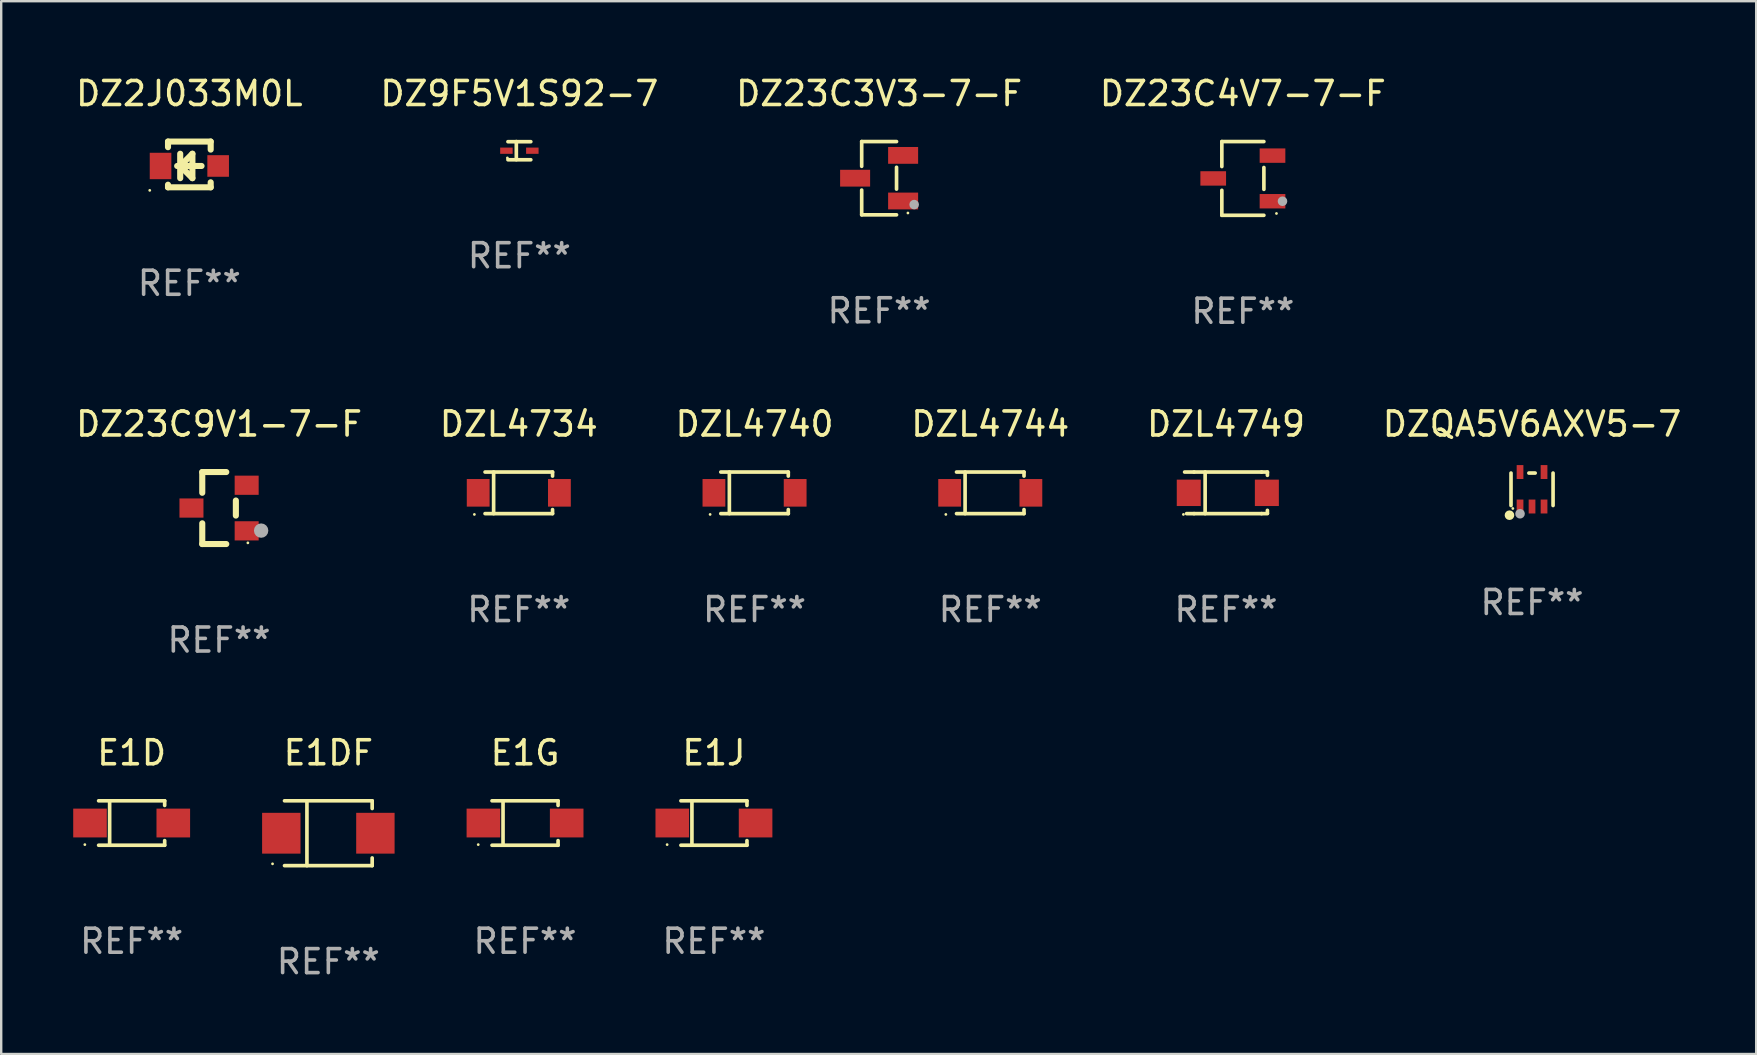
<source format=kicad_pcb>
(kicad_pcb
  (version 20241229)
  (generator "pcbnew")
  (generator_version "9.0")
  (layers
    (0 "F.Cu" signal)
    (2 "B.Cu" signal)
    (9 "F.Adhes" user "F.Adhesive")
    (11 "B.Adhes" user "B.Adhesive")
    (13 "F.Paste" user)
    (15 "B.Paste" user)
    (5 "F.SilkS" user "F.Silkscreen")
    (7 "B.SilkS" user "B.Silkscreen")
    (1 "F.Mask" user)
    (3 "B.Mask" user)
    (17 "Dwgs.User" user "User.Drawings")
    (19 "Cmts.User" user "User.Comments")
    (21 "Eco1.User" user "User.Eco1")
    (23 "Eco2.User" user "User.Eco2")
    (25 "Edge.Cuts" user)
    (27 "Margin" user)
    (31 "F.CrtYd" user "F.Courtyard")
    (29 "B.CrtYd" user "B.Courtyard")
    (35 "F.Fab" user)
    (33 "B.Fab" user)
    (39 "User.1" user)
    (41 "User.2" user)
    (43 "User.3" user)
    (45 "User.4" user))
  (footprint "DZQA5V6AXV5-7"
    (layer "F.Cu")
    (at 60.78 17.335)
    (property "Reference" "DZQA5V6AXV5-7" (at 0 -2.718 0) (layer "F.SilkS") (effects (font (size 1 1) (thickness 0.15))))
    (attr through_hole)
    (fp_line (start -0.876 0.676) (end -0.876 -0.676) (stroke (width 0.152) (type solid)) (layer "F.SilkS"))
    (fp_line (start 0.131 -0.676) (end -0.131 -0.676) (stroke (width 0.152) (type solid)) (layer "F.SilkS"))
    (fp_line (start 0.876 0.676) (end 0.876 -0.676) (stroke (width 0.152) (type solid)) (layer "F.SilkS"))
    (fp_circle (center -0.94 1.08) (end -0.84 1.08) (stroke (width 0.2) (type solid)) (fill no) (layer "F.SilkS"))
    (fp_circle (center -0.8 0.8) (end -0.77 0.8) (stroke (width 0.06) (type solid)) (fill no) (layer "F.SilkS"))
    (fp_circle (center -0.5 1.02) (end -0.4 1.02) (stroke (width 0.2) (type solid)) (fill no) (layer "F.Fab"))
    (fp_text user "REF**" (at 0 4.718 0) (layer "F.Fab") (effects (font (size 1 1) (thickness 0.15))))
    (pad "1" smd rect (at -0.5 0.718) (size 0.28 0.58) (layers "F.Cu" "F.Mask" "F.Paste"))
    (pad "2" smd rect (at -0.000102 0.718) (size 0.28 0.58) (layers "F.Cu" "F.Mask" "F.Paste"))
    (pad "3" smd rect (at 0.5 0.718) (size 0.28 0.58) (layers "F.Cu" "F.Mask" "F.Paste"))
    (pad "4" smd rect (at 0.5 -0.718) (size 0.28 0.58) (layers "F.Cu" "F.Mask" "F.Paste"))
    (pad "5" smd rect (at -0.5 -0.718) (size 0.28 0.58) (layers "F.Cu" "F.Mask" "F.Paste")))
  (footprint "DZL4734"
    (layer "F.Cu")
    (at 18.565 17.483)
    (property "Reference" "DZL4734" (at 0 -2.866 0) (layer "F.SilkS") (effects (font (size 1 1) (thickness 0.15))))
    (attr through_hole)
    (fp_line (start -1.406 -0.866) (end 1.406 -0.866) (stroke (width 0.152) (type solid)) (layer "F.SilkS"))
    (fp_line (start -1.406 0.866) (end 1.406 0.866) (stroke (width 0.152) (type solid)) (layer "F.SilkS"))
    (fp_line (start -1.049 -0.866) (end -1.049 0.866) (stroke (width 0.152) (type solid)) (layer "F.SilkS"))
    (fp_line (start 1.406 -0.866) (end 1.406 -0.698) (stroke (width 0.152) (type solid)) (layer "F.SilkS"))
    (fp_line (start 1.406 0.866) (end 1.406 0.698) (stroke (width 0.152) (type solid)) (layer "F.SilkS"))
    (fp_circle (center -1.851 0.9) (end -1.821 0.9) (stroke (width 0.06) (type solid)) (fill no) (layer "F.SilkS"))
    (fp_text user "REF**" (at 0 4.866 0) (layer "F.Fab") (effects (font (size 1 1) (thickness 0.15))))
    (pad "1" smd rect (at -1.692 0) (size 0.95 1.15) (layers "F.Cu" "F.Mask" "F.Paste"))
    (pad "2" smd rect (at 1.692 0) (size 0.95 1.15) (layers "F.Cu" "F.Mask" "F.Paste")))
  (footprint "DZL4744"
    (layer "F.Cu")
    (at 38.208 17.483)
    (property "Reference" "DZL4744" (at 0 -2.866 0) (layer "F.SilkS") (effects (font (size 1 1) (thickness 0.15))))
    (attr through_hole)
    (fp_line (start -1.406 -0.866) (end 1.406 -0.866) (stroke (width 0.152) (type solid)) (layer "F.SilkS"))
    (fp_line (start -1.406 0.866) (end 1.406 0.866) (stroke (width 0.152) (type solid)) (layer "F.SilkS"))
    (fp_line (start -1.049 -0.866) (end -1.049 0.866) (stroke (width 0.152) (type solid)) (layer "F.SilkS"))
    (fp_line (start 1.406 -0.866) (end 1.406 -0.698) (stroke (width 0.152) (type solid)) (layer "F.SilkS"))
    (fp_line (start 1.406 0.866) (end 1.406 0.698) (stroke (width 0.152) (type solid)) (layer "F.SilkS"))
    (fp_circle (center -1.851 0.9) (end -1.821 0.9) (stroke (width 0.06) (type solid)) (fill no) (layer "F.SilkS"))
    (fp_text user "REF**" (at 0 4.866 0) (layer "F.Fab") (effects (font (size 1 1) (thickness 0.15))))
    (pad "1" smd rect (at -1.692 0) (size 0.95 1.15) (layers "F.Cu" "F.Mask" "F.Paste"))
    (pad "2" smd rect (at 1.692 0) (size 0.95 1.15) (layers "F.Cu" "F.Mask" "F.Paste")))
  (footprint "E1DF"
    (layer "F.Cu")
    (at 10.63 31.665)
    (property "Reference" "E1DF" (at 0 -3.351 0) (layer "F.SilkS") (effects (font (size 1 1) (thickness 0.15))))
    (attr through_hole)
    (fp_line (start -1.826 -1.351) (end 1.826 -1.351) (stroke (width 0.152) (type solid)) (layer "F.SilkS"))
    (fp_line (start -1.826 1.351) (end 1.826 1.351) (stroke (width 0.152) (type solid)) (layer "F.SilkS"))
    (fp_line (start -0.892 -1.351) (end -0.892 1.351) (stroke (width 0.152) (type solid)) (layer "F.SilkS"))
    (fp_line (start 1.826 -1.351) (end 1.826 -1.03) (stroke (width 0.152) (type solid)) (layer "F.SilkS"))
    (fp_line (start 1.826 1.03) (end 1.826 1.351) (stroke (width 0.152) (type solid)) (layer "F.SilkS"))
    (fp_circle (center -2.325 1.275) (end -2.295 1.275) (stroke (width 0.06) (type solid)) (fill no) (layer "F.SilkS"))
    (fp_text user "REF**" (at 0 5.351 0) (layer "F.Fab") (effects (font (size 1 1) (thickness 0.15))))
    (pad "1" smd rect (at -1.96 0 180) (size 1.6 1.7) (layers "F.Cu" "F.Mask" "F.Paste"))
    (pad "2" smd rect (at 1.96 0 180) (size 1.6 1.7) (layers "F.Cu" "F.Mask" "F.Paste")))
  (footprint "DZ9F5V1S92-7"
    (layer "F.Cu")
    (at 18.589 3.227)
    (property "Reference" "DZ9F5V1S92-7" (at 0 -2.379 0) (layer "F.SilkS") (effects (font (size 1 1) (thickness 0.15))))
    (attr through_hole)
    (fp_line (start -0.476 -0.374) (end 0.476 -0.374) (stroke (width 0.152) (type solid)) (layer "F.SilkS"))
    (fp_line (start -0.476 0.379) (end 0.476 0.379) (stroke (width 0.152) (type solid)) (layer "F.SilkS"))
    (fp_line (start -0.127 -0.379) (end -0.127 0.374) (stroke (width 0.152) (type solid)) (layer "F.SilkS"))
    (fp_circle (center -0.5 0.302) (end -0.47 0.302) (stroke (width 0.06) (type solid)) (fill no) (layer "F.SilkS"))
    (fp_text user "REF**" (at 0 4.379 0) (layer "F.Fab") (effects (font (size 1 1) (thickness 0.15))))
    (pad "1" smd rect (at -0.54 0.002 180) (size 0.52 0.26) (layers "F.Cu" "F.Mask" "F.Paste"))
    (pad "2" smd rect (at 0.54 0.002 180) (size 0.52 0.26) (layers "F.Cu" "F.Mask" "F.Paste")))
  (footprint "DZ23C3V3-7-F"
    (layer "F.Cu")
    (at 33.577 4.374)
    (property "Reference" "DZ23C3V3-7-F" (at 0 -3.526 0) (layer "F.SilkS") (effects (font (size 1 1) (thickness 0.15))))
    (attr through_hole)
    (fp_line (start -0.726 -1.526) (end -0.726 -0.495) (stroke (width 0.152) (type solid)) (layer "F.SilkS"))
    (fp_line (start -0.726 1.526) (end -0.726 0.495) (stroke (width 0.152) (type solid)) (layer "F.SilkS"))
    (fp_line (start 0.726 -1.526) (end -0.726 -1.526) (stroke (width 0.152) (type solid)) (layer "F.SilkS"))
    (fp_line (start 0.726 -0.455) (end 0.726 0.455) (stroke (width 0.152) (type solid)) (layer "F.SilkS"))
    (fp_line (start 0.726 1.526) (end -0.726 1.526) (stroke (width 0.152) (type solid)) (layer "F.SilkS"))
    (fp_circle (center 1.2 1.45) (end 1.23 1.45) (stroke (width 0.06) (type solid)) (fill no) (layer "F.SilkS"))
    (fp_circle (center 1.46 1.1) (end 1.56 1.1) (stroke (width 0.2) (type solid)) (fill no) (layer "F.Fab"))
    (fp_text user "REF**" (at 0 5.526 0) (layer "F.Fab") (effects (font (size 1 1) (thickness 0.15))))
    (pad "1" smd rect (at 1 0.95) (size 1.25 0.7) (layers "F.Cu" "F.Mask" "F.Paste"))
    (pad "2" smd rect (at 1 -0.95) (size 1.25 0.7) (layers "F.Cu" "F.Mask" "F.Paste"))
    (pad "3" smd rect (at -1 0) (size 1.25 0.7) (layers "F.Cu" "F.Mask" "F.Paste")))
  (footprint "DZ2J033M0L"
    (layer "F.Cu")
    (at 4.839 3.801)
    (property "Reference" "DZ2J033M0L" (at 0 -2.953 0) (layer "F.SilkS") (effects (font (size 1 1) (thickness 0.15))))
    (attr through_hole)
    (fp_line (start -0.889 -0.953) (end -0.889 -0.718) (stroke (width 0.254) (type solid)) (layer "F.SilkS"))
    (fp_line (start -0.889 0.845) (end -0.889 0.953) (stroke (width 0.254) (type solid)) (layer "F.SilkS"))
    (fp_line (start -0.889 0.953) (end 0.889 0.953) (stroke (width 0.254) (type solid)) (layer "F.SilkS"))
    (fp_line (start -0.508 0.064) (end 0.508 0.064) (stroke (width 0.254) (type solid)) (layer "F.SilkS"))
    (fp_line (start -0.381 -0.445) (end -0.381 0.572) (stroke (width 0.254) (type solid)) (layer "F.SilkS"))
    (fp_line (start -0.381 0.064) (end 0.127 -0.445) (stroke (width 0.254) (type solid)) (layer "F.SilkS"))
    (fp_line (start 0.127 -0.445) (end 0.127 0.572) (stroke (width 0.254) (type solid)) (layer "F.SilkS"))
    (fp_line (start 0.127 0.572) (end -0.381 0.064) (stroke (width 0.254) (type solid)) (layer "F.SilkS"))
    (fp_line (start 0.889 -0.953) (end -0.889 -0.953) (stroke (width 0.254) (type solid)) (layer "F.SilkS"))
    (fp_line (start 0.889 -0.618) (end 0.889 -0.953) (stroke (width 0.254) (type solid)) (layer "F.SilkS"))
    (fp_line (start 0.889 0.953) (end 0.889 0.745) (stroke (width 0.254) (type solid)) (layer "F.SilkS"))
    (fp_circle (center -1.65 1.08) (end -1.62 1.08) (stroke (width 0.06) (type solid)) (fill no) (layer "F.SilkS"))
    (fp_text user "REF**" (at 0 4.953 0) (layer "F.Fab") (effects (font (size 1 1) (thickness 0.15))))
    (pad "1" smd rect (at -1.2 0.064 270) (size 1.1 0.9) (layers "F.Cu" "F.Mask" "F.Paste"))
    (pad "2" smd rect (at 1.2 0.064 270) (size 0.9 0.9) (layers "F.Cu" "F.Mask" "F.Paste")))
  (footprint "DZ23C9V1-7-F"
    (layer "F.Cu")
    (at 6.077 18.117)
    (property "Reference" "DZ23C9V1-7-F" (at 0 -3.5 0) (layer "F.SilkS") (effects (font (size 1 1) (thickness 0.15))))
    (attr through_hole)
    (fp_line (start -0.7 -1.5) (end 0.3 -1.5) (stroke (width 0.254) (type solid)) (layer "F.SilkS"))
    (fp_line (start -0.7 -0.636) (end -0.7 -1.5) (stroke (width 0.254) (type solid)) (layer "F.SilkS"))
    (fp_line (start -0.7 1.5) (end -0.7 0.636) (stroke (width 0.254) (type solid)) (layer "F.SilkS"))
    (fp_line (start -0.7 1.5) (end 0.3 1.5) (stroke (width 0.254) (type solid)) (layer "F.SilkS"))
    (fp_line (start 0.7 0.314) (end 0.7 -0.314) (stroke (width 0.254) (type solid)) (layer "F.SilkS"))
    (fp_circle (center 1.2 1.45) (end 1.23 1.45) (stroke (width 0.06) (type solid)) (fill no) (layer "F.SilkS"))
    (fp_circle (center 1.753 0.94) (end 1.903 0.94) (stroke (width 0.3) (type solid)) (fill no) (layer "F.Fab"))
    (fp_text user "REF**" (at 0 5.5 0) (layer "F.Fab") (effects (font (size 1 1) (thickness 0.15))))
    (pad "1" smd rect (at 1.15 0.95 180) (size 1 0.8) (layers "F.Cu" "F.Mask" "F.Paste"))
    (pad "2" smd rect (at 1.15 -0.95 180) (size 1 0.8) (layers "F.Cu" "F.Mask" "F.Paste"))
    (pad "3" smd rect (at -1.15 -0.000051 180) (size 1 0.8) (layers "F.Cu" "F.Mask" "F.Paste")))
  (footprint "DZL4749"
    (layer "F.Cu")
    (at 48.03 17.483)
    (property "Reference" "DZL4749" (at 0 -2.866 0) (layer "F.SilkS") (effects (font (size 1 1) (thickness 0.15))))
    (attr through_hole)
    (fp_line (start -1.332 0.866) (end -1.642 0.866) (stroke (width 0.152) (type solid)) (layer "F.SilkS"))
    (fp_line (start -1.331 -0.866) (end -1.725 -0.866) (stroke (width 0.152) (type solid)) (layer "F.SilkS"))
    (fp_line (start -1.331 -0.866) (end 1.481 -0.866) (stroke (width 0.152) (type solid)) (layer "F.SilkS"))
    (fp_line (start -1.331 0.866) (end 1.481 0.866) (stroke (width 0.152) (type solid)) (layer "F.SilkS"))
    (fp_line (start -0.87 -0.866) (end -0.87 0.866) (stroke (width 0.152) (type solid)) (layer "F.SilkS"))
    (fp_line (start 1.481 -0.866) (end 1.725 -0.866) (stroke (width 0.152) (type solid)) (layer "F.SilkS"))
    (fp_line (start 1.481 0.866) (end 1.725 0.866) (stroke (width 0.152) (type solid)) (layer "F.SilkS"))
    (fp_line (start 1.725 -0.866) (end 1.725 -0.73) (stroke (width 0.152) (type solid)) (layer "F.SilkS"))
    (fp_line (start 1.725 0.73) (end 1.725 0.85) (stroke (width 0.152) (type solid)) (layer "F.SilkS"))
    (fp_circle (center -1.775 0.9) (end -1.745 0.9) (stroke (width 0.06) (type solid)) (fill no) (layer "F.SilkS"))
    (fp_text user "REF**" (at 0 4.866 0) (layer "F.Fab") (effects (font (size 1 1) (thickness 0.15))))
    (pad "1" smd rect (at -1.552 0) (size 1 1.1) (layers "F.Cu" "F.Mask" "F.Paste"))
    (pad "2" smd rect (at 1.702 0) (size 1 1.1) (layers "F.Cu" "F.Mask" "F.Paste")))
  (footprint "E1G"
    (layer "F.Cu")
    (at 18.825 31.24)
    (property "Reference" "E1G" (at 0 -2.926 0) (layer "F.SilkS") (effects (font (size 1 1) (thickness 0.15))))
    (attr through_hole)
    (fp_line (start -1.376 -0.926) (end 1.376 -0.926) (stroke (width 0.152) (type solid)) (layer "F.SilkS"))
    (fp_line (start -1.376 0.926) (end 1.376 0.926) (stroke (width 0.152) (type solid)) (layer "F.SilkS"))
    (fp_line (start -0.917 -0.876) (end -0.917 0.876) (stroke (width 0.152) (type solid)) (layer "F.SilkS"))
    (fp_line (start 1.376 -0.926) (end 1.376 -0.733) (stroke (width 0.152) (type solid)) (layer "F.SilkS"))
    (fp_line (start 1.376 0.926) (end 1.376 0.733) (stroke (width 0.152) (type solid)) (layer "F.SilkS"))
    (fp_circle (center -1.95 0.9) (end -1.92 0.9) (stroke (width 0.06) (type solid)) (fill no) (layer "F.SilkS"))
    (fp_text user "REF**" (at 0 4.926 0) (layer "F.Fab") (effects (font (size 1 1) (thickness 0.15))))
    (pad "1" smd rect (at -1.735 0) (size 1.4 1.2) (layers "F.Cu" "F.Mask" "F.Paste"))
    (pad "2" smd rect (at 1.735 0) (size 1.4 1.2) (layers "F.Cu" "F.Mask" "F.Paste")))
  (footprint "E1D"
    (layer "F.Cu")
    (at 2.435 31.24)
    (property "Reference" "E1D" (at 0 -2.926 0) (layer "F.SilkS") (effects (font (size 1 1) (thickness 0.15))))
    (attr through_hole)
    (fp_line (start -1.376 -0.926) (end 1.376 -0.926) (stroke (width 0.152) (type solid)) (layer "F.SilkS"))
    (fp_line (start -1.376 0.926) (end 1.376 0.926) (stroke (width 0.152) (type solid)) (layer "F.SilkS"))
    (fp_line (start -0.917 -0.876) (end -0.917 0.876) (stroke (width 0.152) (type solid)) (layer "F.SilkS"))
    (fp_line (start 1.376 -0.926) (end 1.376 -0.733) (stroke (width 0.152) (type solid)) (layer "F.SilkS"))
    (fp_line (start 1.376 0.926) (end 1.376 0.733) (stroke (width 0.152) (type solid)) (layer "F.SilkS"))
    (fp_circle (center -1.95 0.9) (end -1.92 0.9) (stroke (width 0.06) (type solid)) (fill no) (layer "F.SilkS"))
    (fp_text user "REF**" (at 0 4.926 0) (layer "F.Fab") (effects (font (size 1 1) (thickness 0.15))))
    (pad "1" smd rect (at -1.735 0) (size 1.4 1.2) (layers "F.Cu" "F.Mask" "F.Paste"))
    (pad "2" smd rect (at 1.735 0) (size 1.4 1.2) (layers "F.Cu" "F.Mask" "F.Paste")))
  (footprint "DZL4740"
    (layer "F.Cu")
    (at 28.387 17.483)
    (property "Reference" "DZL4740" (at 0 -2.866 0) (layer "F.SilkS") (effects (font (size 1 1) (thickness 0.15))))
    (attr through_hole)
    (fp_line (start -1.406 -0.866) (end 1.406 -0.866) (stroke (width 0.152) (type solid)) (layer "F.SilkS"))
    (fp_line (start -1.406 0.866) (end 1.406 0.866) (stroke (width 0.152) (type solid)) (layer "F.SilkS"))
    (fp_line (start -1.049 -0.866) (end -1.049 0.866) (stroke (width 0.152) (type solid)) (layer "F.SilkS"))
    (fp_line (start 1.406 -0.866) (end 1.406 -0.698) (stroke (width 0.152) (type solid)) (layer "F.SilkS"))
    (fp_line (start 1.406 0.866) (end 1.406 0.698) (stroke (width 0.152) (type solid)) (layer "F.SilkS"))
    (fp_circle (center -1.851 0.9) (end -1.821 0.9) (stroke (width 0.06) (type solid)) (fill no) (layer "F.SilkS"))
    (fp_text user "REF**" (at 0 4.866 0) (layer "F.Fab") (effects (font (size 1 1) (thickness 0.15))))
    (pad "1" smd rect (at -1.692 0) (size 0.95 1.15) (layers "F.Cu" "F.Mask" "F.Paste"))
    (pad "2" smd rect (at 1.692 0) (size 0.95 1.15) (layers "F.Cu" "F.Mask" "F.Paste")))
  (footprint "DZ23C4V7-7-F"
    (layer "F.Cu")
    (at 48.732 4.384)
    (property "Reference" "DZ23C4V7-7-F" (at 0 -3.536 0) (layer "F.SilkS") (effects (font (size 1 1) (thickness 0.15))))
    (attr through_hole)
    (fp_line (start -0.876 -1.536) (end -0.876 -0.495) (stroke (width 0.152) (type solid)) (layer "F.SilkS"))
    (fp_line (start -0.876 1.536) (end -0.876 0.495) (stroke (width 0.152) (type solid)) (layer "F.SilkS"))
    (fp_line (start 0.876 -1.536) (end -0.876 -1.536) (stroke (width 0.152) (type solid)) (layer "F.SilkS"))
    (fp_line (start 0.876 -0.455) (end 0.876 0.455) (stroke (width 0.152) (type solid)) (layer "F.SilkS"))
    (fp_line (start 0.876 1.536) (end -0.876 1.536) (stroke (width 0.152) (type solid)) (layer "F.SilkS"))
    (fp_circle (center 1.4 1.46) (end 1.43 1.46) (stroke (width 0.06) (type solid)) (fill no) (layer "F.SilkS"))
    (fp_circle (center 1.651 0.95) (end 1.751 0.95) (stroke (width 0.2) (type solid)) (fill no) (layer "F.Fab"))
    (fp_text user "REF**" (at 0 5.536 0) (layer "F.Fab") (effects (font (size 1 1) (thickness 0.15))))
    (pad "1" smd rect (at 1.235 0.95) (size 1.07 0.6) (layers "F.Cu" "F.Mask" "F.Paste"))
    (pad "2" smd rect (at 1.235 -0.95) (size 1.07 0.6) (layers "F.Cu" "F.Mask" "F.Paste"))
    (pad "3" smd rect (at -1.235 0) (size 1.07 0.6) (layers "F.Cu" "F.Mask" "F.Paste")))
  (footprint "E1J"
    (layer "F.Cu")
    (at 26.695 31.24)
    (property "Reference" "E1J" (at 0 -2.926 0) (layer "F.SilkS") (effects (font (size 1 1) (thickness 0.15))))
    (attr through_hole)
    (fp_line (start -1.376 -0.926) (end 1.376 -0.926) (stroke (width 0.152) (type solid)) (layer "F.SilkS"))
    (fp_line (start -1.376 0.926) (end 1.376 0.926) (stroke (width 0.152) (type solid)) (layer "F.SilkS"))
    (fp_line (start -0.917 -0.876) (end -0.917 0.876) (stroke (width 0.152) (type solid)) (layer "F.SilkS"))
    (fp_line (start 1.376 -0.926) (end 1.376 -0.733) (stroke (width 0.152) (type solid)) (layer "F.SilkS"))
    (fp_line (start 1.376 0.926) (end 1.376 0.733) (stroke (width 0.152) (type solid)) (layer "F.SilkS"))
    (fp_circle (center -1.95 0.9) (end -1.92 0.9) (stroke (width 0.06) (type solid)) (fill no) (layer "F.SilkS"))
    (fp_text user "REF**" (at 0 4.926 0) (layer "F.Fab") (effects (font (size 1 1) (thickness 0.15))))
    (pad "1" smd rect (at -1.735 0) (size 1.4 1.2) (layers "F.Cu" "F.Mask" "F.Paste"))
    (pad "2" smd rect (at 1.735 0) (size 1.4 1.2) (layers "F.Cu" "F.Mask" "F.Paste")))
  (gr_rect
    (start -3 -3)
    (end 70.119 40.864)
    (stroke (width 0.1) (type default))
    (fill no)
    (layer "Edge.Cuts")))
</source>
